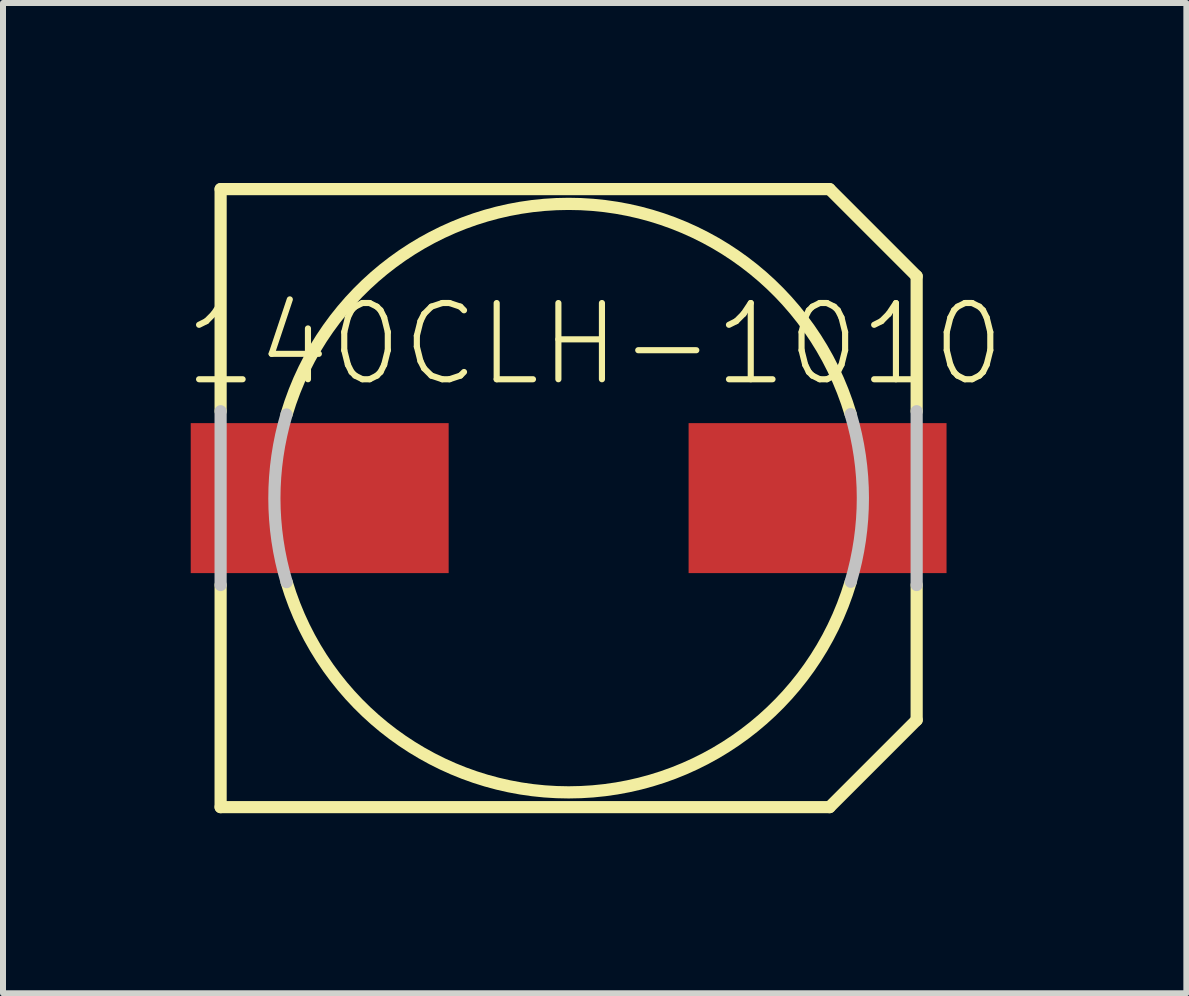
<source format=kicad_pcb>
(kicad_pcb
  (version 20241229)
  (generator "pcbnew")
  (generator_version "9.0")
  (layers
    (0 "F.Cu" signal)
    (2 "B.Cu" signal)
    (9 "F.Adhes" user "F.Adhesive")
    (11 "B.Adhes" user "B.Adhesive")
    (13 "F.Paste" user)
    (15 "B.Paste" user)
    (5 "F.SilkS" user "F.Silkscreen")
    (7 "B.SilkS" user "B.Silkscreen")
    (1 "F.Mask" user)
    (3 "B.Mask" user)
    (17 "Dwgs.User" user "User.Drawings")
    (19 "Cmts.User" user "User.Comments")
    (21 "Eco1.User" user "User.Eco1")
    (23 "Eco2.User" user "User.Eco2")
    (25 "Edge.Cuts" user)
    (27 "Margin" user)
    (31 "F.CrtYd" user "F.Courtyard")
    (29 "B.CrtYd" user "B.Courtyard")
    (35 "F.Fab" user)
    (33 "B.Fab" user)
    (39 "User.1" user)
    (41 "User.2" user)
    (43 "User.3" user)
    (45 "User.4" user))
  (footprint "140CLH-1010"
    (layer "F.Cu")
    (at 6.425 5.25)
    (property "Reference" "140CLH-1010" (at 0.434 -2.563 0) (layer "F.SilkS") (effects (font (size 1.27 1.27) (thickness 0.102))))
    (attr smd)
    (fp_line (start -5.799 -5.149) (end 4.348 -5.149) (stroke (width 0.203) (type solid)) (layer "F.SilkS"))
    (fp_line (start -5.799 -1.448) (end -5.799 -5.149) (stroke (width 0.203) (type solid)) (layer "F.SilkS"))
    (fp_line (start -5.799 5.149) (end -5.799 1.448) (stroke (width 0.203) (type solid)) (layer "F.SilkS"))
    (fp_line (start 4.348 5.149) (end -5.799 5.149) (stroke (width 0.203) (type solid)) (layer "F.SilkS"))
    (fp_line (start 5.799 -3.698) (end 4.348 -5.149) (stroke (width 0.203) (type solid)) (layer "F.SilkS"))
    (fp_line (start 5.799 -3.698) (end 5.799 -1.448) (stroke (width 0.203) (type solid)) (layer "F.SilkS"))
    (fp_line (start 5.799 1.448) (end 5.799 3.698) (stroke (width 0.203) (type solid)) (layer "F.SilkS"))
    (fp_line (start 5.799 3.698) (end 4.348 5.149) (stroke (width 0.203) (type solid)) (layer "F.SilkS"))
    (fp_arc (start -4.699 -1.39954) (mid -0.001239 -4.90299) (end 4.698292 -1.401914) (stroke (width 0.2032) (type solid)) (layer "F.SilkS"))
    (fp_arc (start 4.699 1.39954) (mid 0.001239 4.90299) (end -4.698292 1.401914) (stroke (width 0.2032) (type solid)) (layer "F.SilkS"))
    (fp_line (start -5.799 1.448) (end -5.799 -1.448) (stroke (width 0.203) (type solid)) (layer "Dwgs.User"))
    (fp_line (start 5.799 -1.448) (end 5.799 1.448) (stroke (width 0.203) (type solid)) (layer "Dwgs.User"))
    (fp_arc (start -4.699 1.39954) (mid -4.902989 0.00304) (end -4.700732 -1.393712) (stroke (width 0.2032) (type solid)) (layer "Dwgs.User"))
    (fp_arc (start 4.699 -1.39954) (mid 4.902989 -0.00304) (end 4.700732 1.393712) (stroke (width 0.2032) (type solid)) (layer "Dwgs.User"))
    (pad "+" smd rect (at 4.148 0) (size 4.298 2.499) (layers "F.Cu" "F.Mask" "F.Paste"))
    (pad "-" smd rect (at -4.148 0) (size 4.298 2.499) (layers "F.Cu" "F.Mask" "F.Paste")))
  (gr_rect
    (start -3 -3)
    (end 16.718 13.5)
    (stroke (width 0.1) (type default))
    (fill no)
    (layer "Edge.Cuts")))
</source>
